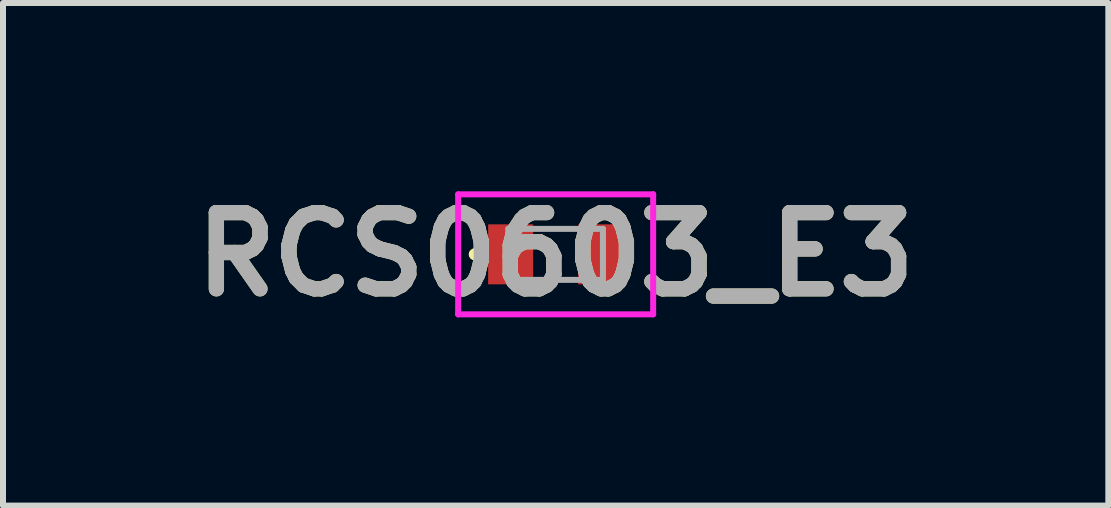
<source format=kicad_pcb>
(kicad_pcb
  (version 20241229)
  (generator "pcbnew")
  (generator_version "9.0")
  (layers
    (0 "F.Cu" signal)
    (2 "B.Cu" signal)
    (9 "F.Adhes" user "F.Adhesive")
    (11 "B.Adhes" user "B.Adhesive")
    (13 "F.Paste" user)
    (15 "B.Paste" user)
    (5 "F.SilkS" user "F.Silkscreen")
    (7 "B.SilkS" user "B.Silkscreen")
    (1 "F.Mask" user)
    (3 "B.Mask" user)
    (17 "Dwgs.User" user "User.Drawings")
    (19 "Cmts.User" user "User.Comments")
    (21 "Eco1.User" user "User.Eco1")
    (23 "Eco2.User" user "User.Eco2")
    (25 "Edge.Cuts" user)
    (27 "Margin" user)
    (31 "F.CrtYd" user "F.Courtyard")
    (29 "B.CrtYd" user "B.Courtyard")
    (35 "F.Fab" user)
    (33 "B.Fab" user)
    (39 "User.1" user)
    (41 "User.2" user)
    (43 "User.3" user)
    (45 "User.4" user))
  (footprint "RCS0603_E3"
    (layer "F.Cu")
    (at 6.211 1.189)
    (property "Reference" "RCS0603_E3" (at 0 0 0) (layer "F.SilkS") (effects (font (size 1.27 1.27) (thickness 0.254))))
    (attr smd)
    (fp_line (start -1.35 -0.05) (end -1.35 -0.05) (stroke (width 0.1) (type solid)) (layer "F.SilkS"))
    (fp_line (start -1.35 0.05) (end -1.35 0.05) (stroke (width 0.1) (type solid)) (layer "F.SilkS"))
    (fp_arc (start -1.35 -0.05) (mid -1.3 0) (end -1.35 0.05) (stroke (width 0.1) (type solid)) (layer "F.SilkS"))
    (fp_arc (start -1.35 0.05) (mid -1.4 0) (end -1.35 -0.05) (stroke (width 0.1) (type solid)) (layer "F.SilkS"))
    (fp_line (start -1.625 -1) (end 1.625 -1) (stroke (width 0.1) (type solid)) (layer "F.CrtYd"))
    (fp_line (start -1.625 1) (end -1.625 -1) (stroke (width 0.1) (type solid)) (layer "F.CrtYd"))
    (fp_line (start 1.625 -1) (end 1.625 1) (stroke (width 0.1) (type solid)) (layer "F.CrtYd"))
    (fp_line (start 1.625 1) (end -1.625 1) (stroke (width 0.1) (type solid)) (layer "F.CrtYd"))
    (fp_line (start -0.788 -0.425) (end 0.788 -0.425) (stroke (width 0.1) (type solid)) (layer "F.Fab"))
    (fp_line (start -0.788 0.425) (end -0.788 -0.425) (stroke (width 0.1) (type solid)) (layer "F.Fab"))
    (fp_line (start 0.788 -0.425) (end 0.788 0.425) (stroke (width 0.1) (type solid)) (layer "F.Fab"))
    (fp_line (start 0.788 0.425) (end -0.788 0.425) (stroke (width 0.1) (type solid)) (layer "F.Fab"))
    (fp_text user "${REFERENCE}" (at 0 0 0) (layer "F.Fab") (effects (font (size 1.27 1.27) (thickness 0.254))))
    (pad "1" smd rect (at -0.75 0) (size 0.75 1) (layers "F.Cu" "F.Mask" "F.Paste"))
    (pad "2" smd rect (at 0.75 0) (size 0.75 1) (layers "F.Cu" "F.Mask" "F.Paste")))
  (gr_rect
    (start -3 -3)
    (end 15.422 5.377)
    (stroke (width 0.1) (type default))
    (fill no)
    (layer "Edge.Cuts")))
</source>
